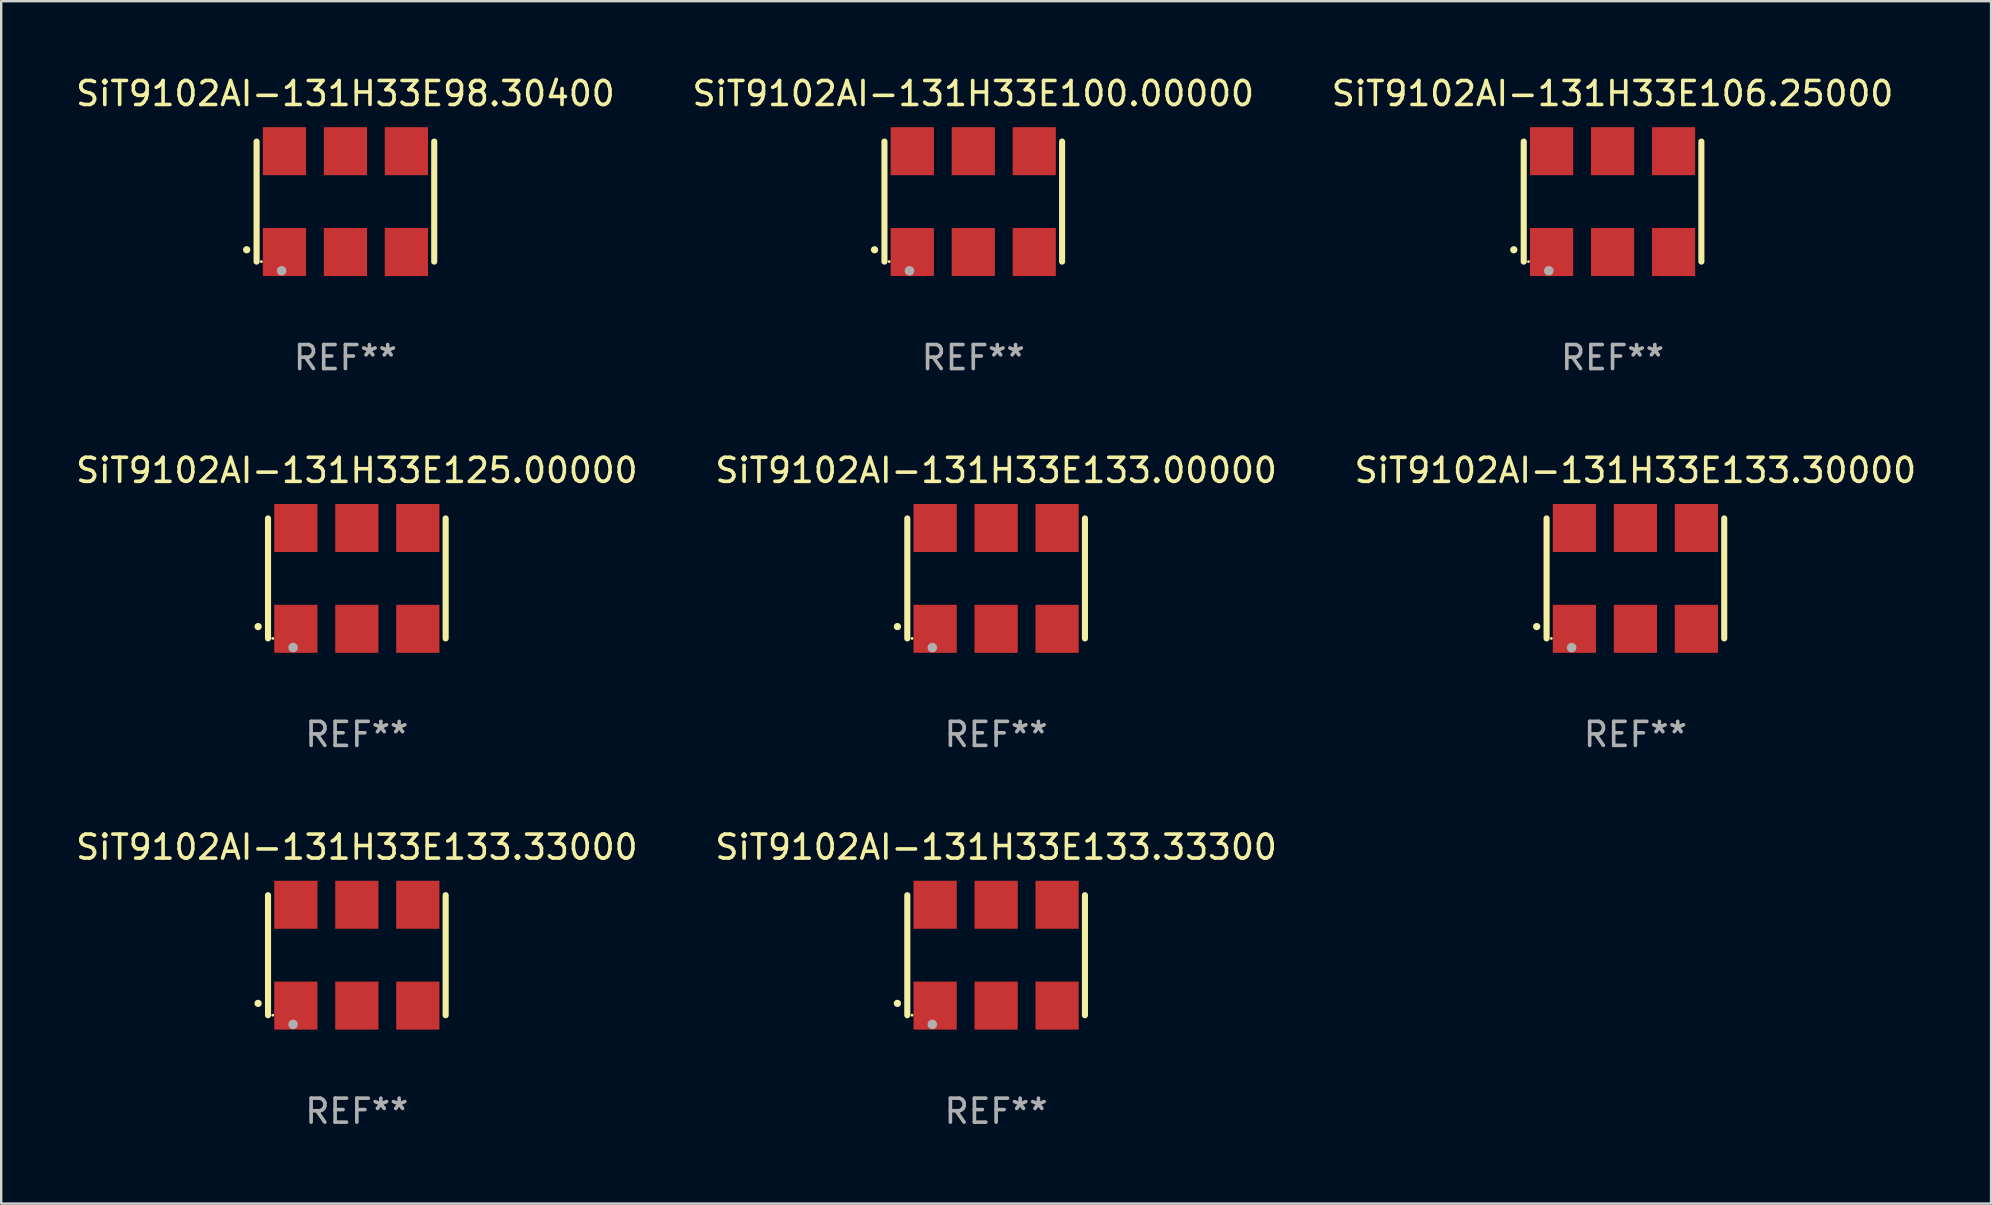
<source format=kicad_pcb>
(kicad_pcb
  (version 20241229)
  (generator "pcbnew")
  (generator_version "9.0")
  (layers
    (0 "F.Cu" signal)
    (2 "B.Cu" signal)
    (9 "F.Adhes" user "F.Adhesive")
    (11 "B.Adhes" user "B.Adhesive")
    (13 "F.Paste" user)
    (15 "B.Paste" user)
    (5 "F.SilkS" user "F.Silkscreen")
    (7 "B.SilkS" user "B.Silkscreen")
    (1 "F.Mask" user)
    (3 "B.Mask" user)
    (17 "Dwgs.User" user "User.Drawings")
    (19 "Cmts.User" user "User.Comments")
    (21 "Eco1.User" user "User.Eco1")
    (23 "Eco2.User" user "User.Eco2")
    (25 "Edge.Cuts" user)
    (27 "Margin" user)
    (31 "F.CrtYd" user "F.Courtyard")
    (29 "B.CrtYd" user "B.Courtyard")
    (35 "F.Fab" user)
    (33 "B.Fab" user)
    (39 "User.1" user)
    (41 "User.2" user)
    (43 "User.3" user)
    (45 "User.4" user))
  (footprint "SiT9102AI-131H33E98.30400"
    (layer "F.Cu")
    (at 11.339 5.348)
    (property "Reference" "SiT9102AI-131H33E98.30400" (at 0 -4.5 0) (layer "F.SilkS") (effects (font (size 1 1) (thickness 0.15))))
    (attr through_hole)
    (fp_line (start -3.7 -2.5) (end -3.7 2.5) (stroke (width 0.254) (type solid)) (layer "F.SilkS"))
    (fp_line (start 3.7 -2.5) (end 3.7 2.5) (stroke (width 0.254) (type solid)) (layer "F.SilkS"))
    (fp_arc (start -4.114415 2.006604) (mid -4.113145 2.006599) (end -4.111875 2.006604) (stroke (width 0.3) (type solid)) (layer "F.SilkS"))
    (fp_circle (center -3.502 2.5) (end -3.472 2.5) (stroke (width 0.06) (type solid)) (fill no) (layer "F.SilkS"))
    (fp_circle (center -2.657 2.882) (end -2.557 2.882) (stroke (width 0.2) (type solid)) (fill no) (layer "F.Fab"))
    (fp_text user "REF**" (at 0 6.5 0) (layer "F.Fab") (effects (font (size 1 1) (thickness 0.15))))
    (pad "1" smd rect (at -2.54 2.1) (size 1.8 2) (layers "F.Cu" "F.Mask" "F.Paste"))
    (pad "2" smd rect (at 0.000394 2.1) (size 1.8 2) (layers "F.Cu" "F.Mask" "F.Paste"))
    (pad "3" smd rect (at 2.54 2.1) (size 1.8 2) (layers "F.Cu" "F.Mask" "F.Paste"))
    (pad "4" smd rect (at 2.54 -2.1) (size 1.8 2) (layers "F.Cu" "F.Mask" "F.Paste"))
    (pad "5" smd rect (at 0.000394 -2.1) (size 1.8 2) (layers "F.Cu" "F.Mask" "F.Paste"))
    (pad "6" smd rect (at -2.54 -2.1) (size 1.8 2) (layers "F.Cu" "F.Mask" "F.Paste")))
  (footprint "SiT9102AI-131H33E125.00000"
    (layer "F.Cu")
    (at 11.815 21.045)
    (property "Reference" "SiT9102AI-131H33E125.00000" (at 0 -4.5 0) (layer "F.SilkS") (effects (font (size 1 1) (thickness 0.15))))
    (attr through_hole)
    (fp_line (start -3.7 -2.5) (end -3.7 2.5) (stroke (width 0.254) (type solid)) (layer "F.SilkS"))
    (fp_line (start 3.7 -2.5) (end 3.7 2.5) (stroke (width 0.254) (type solid)) (layer "F.SilkS"))
    (fp_arc (start -4.114415 2.006604) (mid -4.113145 2.006599) (end -4.111875 2.006604) (stroke (width 0.3) (type solid)) (layer "F.SilkS"))
    (fp_circle (center -3.502 2.5) (end -3.472 2.5) (stroke (width 0.06) (type solid)) (fill no) (layer "F.SilkS"))
    (fp_circle (center -2.657 2.882) (end -2.557 2.882) (stroke (width 0.2) (type solid)) (fill no) (layer "F.Fab"))
    (fp_text user "REF**" (at 0 6.5 0) (layer "F.Fab") (effects (font (size 1 1) (thickness 0.15))))
    (pad "1" smd rect (at -2.54 2.1) (size 1.8 2) (layers "F.Cu" "F.Mask" "F.Paste"))
    (pad "2" smd rect (at 0.000394 2.1) (size 1.8 2) (layers "F.Cu" "F.Mask" "F.Paste"))
    (pad "3" smd rect (at 2.54 2.1) (size 1.8 2) (layers "F.Cu" "F.Mask" "F.Paste"))
    (pad "4" smd rect (at 2.54 -2.1) (size 1.8 2) (layers "F.Cu" "F.Mask" "F.Paste"))
    (pad "5" smd rect (at 0.000394 -2.1) (size 1.8 2) (layers "F.Cu" "F.Mask" "F.Paste"))
    (pad "6" smd rect (at -2.54 -2.1) (size 1.8 2) (layers "F.Cu" "F.Mask" "F.Paste")))
  (footprint "SiT9102AI-131H33E133.00000"
    (layer "F.Cu")
    (at 38.446 21.045)
    (property "Reference" "SiT9102AI-131H33E133.00000" (at 0 -4.5 0) (layer "F.SilkS") (effects (font (size 1 1) (thickness 0.15))))
    (attr through_hole)
    (fp_line (start -3.7 -2.5) (end -3.7 2.5) (stroke (width 0.254) (type solid)) (layer "F.SilkS"))
    (fp_line (start 3.7 -2.5) (end 3.7 2.5) (stroke (width 0.254) (type solid)) (layer "F.SilkS"))
    (fp_arc (start -4.114415 2.006604) (mid -4.113145 2.006599) (end -4.111875 2.006604) (stroke (width 0.3) (type solid)) (layer "F.SilkS"))
    (fp_circle (center -3.502 2.5) (end -3.472 2.5) (stroke (width 0.06) (type solid)) (fill no) (layer "F.SilkS"))
    (fp_circle (center -2.657 2.882) (end -2.557 2.882) (stroke (width 0.2) (type solid)) (fill no) (layer "F.Fab"))
    (fp_text user "REF**" (at 0 6.5 0) (layer "F.Fab") (effects (font (size 1 1) (thickness 0.15))))
    (pad "1" smd rect (at -2.54 2.1) (size 1.8 2) (layers "F.Cu" "F.Mask" "F.Paste"))
    (pad "2" smd rect (at 0.000394 2.1) (size 1.8 2) (layers "F.Cu" "F.Mask" "F.Paste"))
    (pad "3" smd rect (at 2.54 2.1) (size 1.8 2) (layers "F.Cu" "F.Mask" "F.Paste"))
    (pad "4" smd rect (at 2.54 -2.1) (size 1.8 2) (layers "F.Cu" "F.Mask" "F.Paste"))
    (pad "5" smd rect (at 0.000394 -2.1) (size 1.8 2) (layers "F.Cu" "F.Mask" "F.Paste"))
    (pad "6" smd rect (at -2.54 -2.1) (size 1.8 2) (layers "F.Cu" "F.Mask" "F.Paste")))
  (footprint "SiT9102AI-131H33E133.33000"
    (layer "F.Cu")
    (at 11.815 36.741)
    (property "Reference" "SiT9102AI-131H33E133.33000" (at 0 -4.5 0) (layer "F.SilkS") (effects (font (size 1 1) (thickness 0.15))))
    (attr through_hole)
    (fp_line (start -3.7 -2.5) (end -3.7 2.5) (stroke (width 0.254) (type solid)) (layer "F.SilkS"))
    (fp_line (start 3.7 -2.5) (end 3.7 2.5) (stroke (width 0.254) (type solid)) (layer "F.SilkS"))
    (fp_arc (start -4.114415 2.006604) (mid -4.113145 2.006599) (end -4.111875 2.006604) (stroke (width 0.3) (type solid)) (layer "F.SilkS"))
    (fp_circle (center -3.502 2.5) (end -3.472 2.5) (stroke (width 0.06) (type solid)) (fill no) (layer "F.SilkS"))
    (fp_circle (center -2.657 2.882) (end -2.557 2.882) (stroke (width 0.2) (type solid)) (fill no) (layer "F.Fab"))
    (fp_text user "REF**" (at 0 6.5 0) (layer "F.Fab") (effects (font (size 1 1) (thickness 0.15))))
    (pad "1" smd rect (at -2.54 2.1) (size 1.8 2) (layers "F.Cu" "F.Mask" "F.Paste"))
    (pad "2" smd rect (at 0.000394 2.1) (size 1.8 2) (layers "F.Cu" "F.Mask" "F.Paste"))
    (pad "3" smd rect (at 2.54 2.1) (size 1.8 2) (layers "F.Cu" "F.Mask" "F.Paste"))
    (pad "4" smd rect (at 2.54 -2.1) (size 1.8 2) (layers "F.Cu" "F.Mask" "F.Paste"))
    (pad "5" smd rect (at 0.000394 -2.1) (size 1.8 2) (layers "F.Cu" "F.Mask" "F.Paste"))
    (pad "6" smd rect (at -2.54 -2.1) (size 1.8 2) (layers "F.Cu" "F.Mask" "F.Paste")))
  (footprint "SiT9102AI-131H33E133.30000"
    (layer "F.Cu")
    (at 65.077 21.045)
    (property "Reference" "SiT9102AI-131H33E133.30000" (at 0 -4.5 0) (layer "F.SilkS") (effects (font (size 1 1) (thickness 0.15))))
    (attr through_hole)
    (fp_line (start -3.7 -2.5) (end -3.7 2.5) (stroke (width 0.254) (type solid)) (layer "F.SilkS"))
    (fp_line (start 3.7 -2.5) (end 3.7 2.5) (stroke (width 0.254) (type solid)) (layer "F.SilkS"))
    (fp_arc (start -4.114415 2.006604) (mid -4.113145 2.006599) (end -4.111875 2.006604) (stroke (width 0.3) (type solid)) (layer "F.SilkS"))
    (fp_circle (center -3.502 2.5) (end -3.472 2.5) (stroke (width 0.06) (type solid)) (fill no) (layer "F.SilkS"))
    (fp_circle (center -2.657 2.882) (end -2.557 2.882) (stroke (width 0.2) (type solid)) (fill no) (layer "F.Fab"))
    (fp_text user "REF**" (at 0 6.5 0) (layer "F.Fab") (effects (font (size 1 1) (thickness 0.15))))
    (pad "1" smd rect (at -2.54 2.1) (size 1.8 2) (layers "F.Cu" "F.Mask" "F.Paste"))
    (pad "2" smd rect (at 0.000394 2.1) (size 1.8 2) (layers "F.Cu" "F.Mask" "F.Paste"))
    (pad "3" smd rect (at 2.54 2.1) (size 1.8 2) (layers "F.Cu" "F.Mask" "F.Paste"))
    (pad "4" smd rect (at 2.54 -2.1) (size 1.8 2) (layers "F.Cu" "F.Mask" "F.Paste"))
    (pad "5" smd rect (at 0.000394 -2.1) (size 1.8 2) (layers "F.Cu" "F.Mask" "F.Paste"))
    (pad "6" smd rect (at -2.54 -2.1) (size 1.8 2) (layers "F.Cu" "F.Mask" "F.Paste")))
  (footprint "SiT9102AI-131H33E100.00000"
    (layer "F.Cu")
    (at 37.494 5.348)
    (property "Reference" "SiT9102AI-131H33E100.00000" (at 0 -4.5 0) (layer "F.SilkS") (effects (font (size 1 1) (thickness 0.15))))
    (attr through_hole)
    (fp_line (start -3.7 -2.5) (end -3.7 2.5) (stroke (width 0.254) (type solid)) (layer "F.SilkS"))
    (fp_line (start 3.7 -2.5) (end 3.7 2.5) (stroke (width 0.254) (type solid)) (layer "F.SilkS"))
    (fp_arc (start -4.114415 2.006604) (mid -4.113145 2.006599) (end -4.111875 2.006604) (stroke (width 0.3) (type solid)) (layer "F.SilkS"))
    (fp_circle (center -3.502 2.5) (end -3.472 2.5) (stroke (width 0.06) (type solid)) (fill no) (layer "F.SilkS"))
    (fp_circle (center -2.657 2.882) (end -2.557 2.882) (stroke (width 0.2) (type solid)) (fill no) (layer "F.Fab"))
    (fp_text user "REF**" (at 0 6.5 0) (layer "F.Fab") (effects (font (size 1 1) (thickness 0.15))))
    (pad "1" smd rect (at -2.54 2.1) (size 1.8 2) (layers "F.Cu" "F.Mask" "F.Paste"))
    (pad "2" smd rect (at 0.000394 2.1) (size 1.8 2) (layers "F.Cu" "F.Mask" "F.Paste"))
    (pad "3" smd rect (at 2.54 2.1) (size 1.8 2) (layers "F.Cu" "F.Mask" "F.Paste"))
    (pad "4" smd rect (at 2.54 -2.1) (size 1.8 2) (layers "F.Cu" "F.Mask" "F.Paste"))
    (pad "5" smd rect (at 0.000394 -2.1) (size 1.8 2) (layers "F.Cu" "F.Mask" "F.Paste"))
    (pad "6" smd rect (at -2.54 -2.1) (size 1.8 2) (layers "F.Cu" "F.Mask" "F.Paste")))
  (footprint "SiT9102AI-131H33E106.25000"
    (layer "F.Cu")
    (at 64.125 5.348)
    (property "Reference" "SiT9102AI-131H33E106.25000" (at 0 -4.5 0) (layer "F.SilkS") (effects (font (size 1 1) (thickness 0.15))))
    (attr through_hole)
    (fp_line (start -3.7 -2.5) (end -3.7 2.5) (stroke (width 0.254) (type solid)) (layer "F.SilkS"))
    (fp_line (start 3.7 -2.5) (end 3.7 2.5) (stroke (width 0.254) (type solid)) (layer "F.SilkS"))
    (fp_arc (start -4.114415 2.006604) (mid -4.113145 2.006599) (end -4.111875 2.006604) (stroke (width 0.3) (type solid)) (layer "F.SilkS"))
    (fp_circle (center -3.502 2.5) (end -3.472 2.5) (stroke (width 0.06) (type solid)) (fill no) (layer "F.SilkS"))
    (fp_circle (center -2.657 2.882) (end -2.557 2.882) (stroke (width 0.2) (type solid)) (fill no) (layer "F.Fab"))
    (fp_text user "REF**" (at 0 6.5 0) (layer "F.Fab") (effects (font (size 1 1) (thickness 0.15))))
    (pad "1" smd rect (at -2.54 2.1) (size 1.8 2) (layers "F.Cu" "F.Mask" "F.Paste"))
    (pad "2" smd rect (at 0.000394 2.1) (size 1.8 2) (layers "F.Cu" "F.Mask" "F.Paste"))
    (pad "3" smd rect (at 2.54 2.1) (size 1.8 2) (layers "F.Cu" "F.Mask" "F.Paste"))
    (pad "4" smd rect (at 2.54 -2.1) (size 1.8 2) (layers "F.Cu" "F.Mask" "F.Paste"))
    (pad "5" smd rect (at 0.000394 -2.1) (size 1.8 2) (layers "F.Cu" "F.Mask" "F.Paste"))
    (pad "6" smd rect (at -2.54 -2.1) (size 1.8 2) (layers "F.Cu" "F.Mask" "F.Paste")))
  (footprint "SiT9102AI-131H33E133.33300"
    (layer "F.Cu")
    (at 38.446 36.741)
    (property "Reference" "SiT9102AI-131H33E133.33300" (at 0 -4.5 0) (layer "F.SilkS") (effects (font (size 1 1) (thickness 0.15))))
    (attr through_hole)
    (fp_line (start -3.7 -2.5) (end -3.7 2.5) (stroke (width 0.254) (type solid)) (layer "F.SilkS"))
    (fp_line (start 3.7 -2.5) (end 3.7 2.5) (stroke (width 0.254) (type solid)) (layer "F.SilkS"))
    (fp_arc (start -4.114415 2.006604) (mid -4.113145 2.006599) (end -4.111875 2.006604) (stroke (width 0.3) (type solid)) (layer "F.SilkS"))
    (fp_circle (center -3.502 2.5) (end -3.472 2.5) (stroke (width 0.06) (type solid)) (fill no) (layer "F.SilkS"))
    (fp_circle (center -2.657 2.882) (end -2.557 2.882) (stroke (width 0.2) (type solid)) (fill no) (layer "F.Fab"))
    (fp_text user "REF**" (at 0 6.5 0) (layer "F.Fab") (effects (font (size 1 1) (thickness 0.15))))
    (pad "1" smd rect (at -2.54 2.1) (size 1.8 2) (layers "F.Cu" "F.Mask" "F.Paste"))
    (pad "2" smd rect (at 0.000394 2.1) (size 1.8 2) (layers "F.Cu" "F.Mask" "F.Paste"))
    (pad "3" smd rect (at 2.54 2.1) (size 1.8 2) (layers "F.Cu" "F.Mask" "F.Paste"))
    (pad "4" smd rect (at 2.54 -2.1) (size 1.8 2) (layers "F.Cu" "F.Mask" "F.Paste"))
    (pad "5" smd rect (at 0.000394 -2.1) (size 1.8 2) (layers "F.Cu" "F.Mask" "F.Paste"))
    (pad "6" smd rect (at -2.54 -2.1) (size 1.8 2) (layers "F.Cu" "F.Mask" "F.Paste")))
  (gr_rect
    (start -3 -3)
    (end 79.893 47.09)
    (stroke (width 0.1) (type default))
    (fill no)
    (layer "Edge.Cuts")))
</source>
